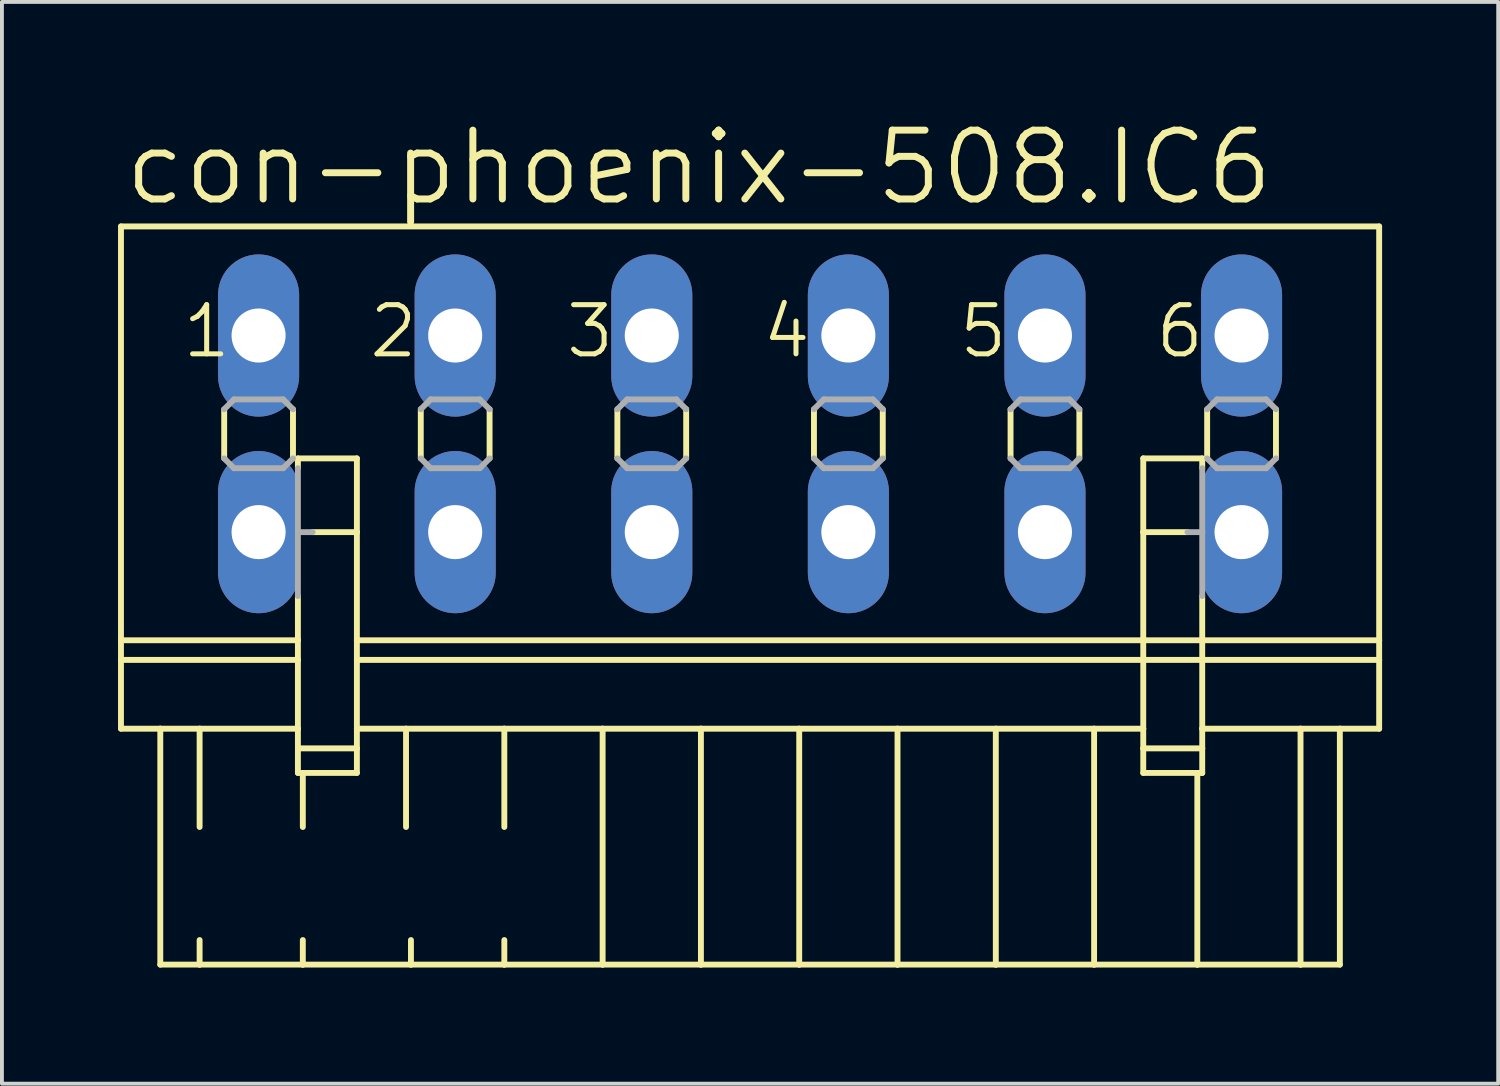
<source format=kicad_pcb>
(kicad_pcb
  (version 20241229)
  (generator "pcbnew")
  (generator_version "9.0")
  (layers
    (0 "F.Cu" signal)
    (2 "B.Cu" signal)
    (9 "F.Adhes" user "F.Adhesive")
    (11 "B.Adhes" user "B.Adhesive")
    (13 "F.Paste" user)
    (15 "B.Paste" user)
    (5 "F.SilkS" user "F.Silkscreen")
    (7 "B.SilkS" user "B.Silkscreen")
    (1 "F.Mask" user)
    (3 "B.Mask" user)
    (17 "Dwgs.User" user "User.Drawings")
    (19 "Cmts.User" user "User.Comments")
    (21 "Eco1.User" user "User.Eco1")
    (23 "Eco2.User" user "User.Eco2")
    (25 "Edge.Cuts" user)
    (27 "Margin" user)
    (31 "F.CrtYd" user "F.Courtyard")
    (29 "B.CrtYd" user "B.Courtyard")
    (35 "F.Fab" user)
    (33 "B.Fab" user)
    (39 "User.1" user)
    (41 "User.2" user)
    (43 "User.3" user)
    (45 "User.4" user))
  (footprint "con-phoenix-508.IC6"
    (layer "F.Cu")
    (at 16.332 8.16)
    (property "Reference" "con-phoenix-508.IC6" (at -16.256 -5.842 0) (layer "F.SilkS") (effects (font (size 1.778 1.778) (thickness 0.18)) (justify left bottom)))
    (attr through_hole)
    (fp_line (start -16.256 -5.359) (end -16.256 5.334) (stroke (width 0.152) (type default)) (layer "F.SilkS"))
    (fp_line (start -16.256 -5.359) (end 16.256 -5.359) (stroke (width 0.152) (type default)) (layer "F.SilkS"))
    (fp_line (start -16.256 5.334) (end -16.256 5.842) (stroke (width 0.152) (type default)) (layer "F.SilkS"))
    (fp_line (start -16.256 5.334) (end -11.684 5.334) (stroke (width 0.152) (type default)) (layer "F.SilkS"))
    (fp_line (start -16.256 5.842) (end -16.256 7.62) (stroke (width 0.152) (type default)) (layer "F.SilkS"))
    (fp_line (start -16.256 5.842) (end -11.684 5.842) (stroke (width 0.152) (type default)) (layer "F.SilkS"))
    (fp_line (start -16.256 7.62) (end -15.24 7.62) (stroke (width 0.152) (type default)) (layer "F.SilkS"))
    (fp_line (start -15.24 7.62) (end -15.24 13.716) (stroke (width 0.152) (type default)) (layer "F.SilkS"))
    (fp_line (start -15.24 7.62) (end -14.224 7.62) (stroke (width 0.152) (type default)) (layer "F.SilkS"))
    (fp_line (start -15.24 13.716) (end -14.224 13.716) (stroke (width 0.152) (type default)) (layer "F.SilkS"))
    (fp_line (start -14.224 7.62) (end -14.224 10.16) (stroke (width 0.152) (type default)) (layer "F.SilkS"))
    (fp_line (start -14.224 7.62) (end -11.684 7.62) (stroke (width 0.152) (type default)) (layer "F.SilkS"))
    (fp_line (start -14.224 13.081) (end -14.224 13.716) (stroke (width 0.152) (type default)) (layer "F.SilkS"))
    (fp_line (start -14.224 13.716) (end -11.557 13.716) (stroke (width 0.152) (type default)) (layer "F.SilkS"))
    (fp_line (start -13.589 -0.635) (end -13.589 0.635) (stroke (width 0.152) (type default)) (layer "F.SilkS"))
    (fp_line (start -11.811 -0.635) (end -11.811 0.635) (stroke (width 0.152) (type default)) (layer "F.SilkS"))
    (fp_line (start -11.684 0.635) (end -11.684 0.889) (stroke (width 0.152) (type default)) (layer "F.SilkS"))
    (fp_line (start -11.684 0.635) (end -10.16 0.635) (stroke (width 0.152) (type default)) (layer "F.SilkS"))
    (fp_line (start -11.684 4.191) (end -11.684 5.334) (stroke (width 0.152) (type default)) (layer "F.SilkS"))
    (fp_line (start -11.684 5.842) (end -11.684 5.334) (stroke (width 0.152) (type default)) (layer "F.SilkS"))
    (fp_line (start -11.684 7.62) (end -11.684 5.842) (stroke (width 0.152) (type default)) (layer "F.SilkS"))
    (fp_line (start -11.684 8.128) (end -11.684 7.62) (stroke (width 0.152) (type default)) (layer "F.SilkS"))
    (fp_line (start -11.684 8.128) (end -10.16 8.128) (stroke (width 0.152) (type default)) (layer "F.SilkS"))
    (fp_line (start -11.684 8.763) (end -11.684 8.128) (stroke (width 0.152) (type default)) (layer "F.SilkS"))
    (fp_line (start -11.557 8.763) (end -11.684 8.763) (stroke (width 0.152) (type default)) (layer "F.SilkS"))
    (fp_line (start -11.557 8.763) (end -11.557 10.16) (stroke (width 0.152) (type default)) (layer "F.SilkS"))
    (fp_line (start -11.557 13.081) (end -11.557 13.716) (stroke (width 0.152) (type default)) (layer "F.SilkS"))
    (fp_line (start -11.557 13.716) (end -8.763 13.716) (stroke (width 0.152) (type default)) (layer "F.SilkS"))
    (fp_line (start -10.16 0.635) (end -10.16 2.54) (stroke (width 0.152) (type default)) (layer "F.SilkS"))
    (fp_line (start -10.16 2.54) (end -11.303 2.54) (stroke (width 0.152) (type default)) (layer "F.SilkS"))
    (fp_line (start -10.16 2.54) (end -10.16 5.334) (stroke (width 0.152) (type default)) (layer "F.SilkS"))
    (fp_line (start -10.16 5.334) (end -10.16 5.842) (stroke (width 0.152) (type default)) (layer "F.SilkS"))
    (fp_line (start -10.16 5.334) (end 10.16 5.334) (stroke (width 0.152) (type default)) (layer "F.SilkS"))
    (fp_line (start -10.16 5.842) (end -10.16 7.62) (stroke (width 0.152) (type default)) (layer "F.SilkS"))
    (fp_line (start -10.16 5.842) (end 10.16 5.842) (stroke (width 0.152) (type default)) (layer "F.SilkS"))
    (fp_line (start -10.16 7.62) (end -10.16 8.128) (stroke (width 0.152) (type default)) (layer "F.SilkS"))
    (fp_line (start -10.16 7.62) (end -8.89 7.62) (stroke (width 0.152) (type default)) (layer "F.SilkS"))
    (fp_line (start -10.16 8.128) (end -10.16 8.763) (stroke (width 0.152) (type default)) (layer "F.SilkS"))
    (fp_line (start -10.16 8.763) (end -11.557 8.763) (stroke (width 0.152) (type default)) (layer "F.SilkS"))
    (fp_line (start -8.89 7.62) (end -8.89 10.16) (stroke (width 0.152) (type default)) (layer "F.SilkS"))
    (fp_line (start -8.89 7.62) (end -6.35 7.62) (stroke (width 0.152) (type default)) (layer "F.SilkS"))
    (fp_line (start -8.763 13.081) (end -8.763 13.716) (stroke (width 0.152) (type default)) (layer "F.SilkS"))
    (fp_line (start -8.763 13.716) (end -6.35 13.716) (stroke (width 0.152) (type default)) (layer "F.SilkS"))
    (fp_line (start -8.509 -0.635) (end -8.509 0.635) (stroke (width 0.152) (type default)) (layer "F.SilkS"))
    (fp_line (start -6.731 -0.635) (end -6.731 0.635) (stroke (width 0.152) (type default)) (layer "F.SilkS"))
    (fp_line (start -6.35 7.62) (end -6.35 10.16) (stroke (width 0.152) (type default)) (layer "F.SilkS"))
    (fp_line (start -6.35 7.62) (end -3.81 7.62) (stroke (width 0.152) (type default)) (layer "F.SilkS"))
    (fp_line (start -6.35 13.081) (end -6.35 13.716) (stroke (width 0.152) (type default)) (layer "F.SilkS"))
    (fp_line (start -6.35 13.716) (end -3.81 13.716) (stroke (width 0.152) (type default)) (layer "F.SilkS"))
    (fp_line (start -3.81 7.62) (end -3.81 13.716) (stroke (width 0.152) (type default)) (layer "F.SilkS"))
    (fp_line (start -3.81 7.62) (end -1.27 7.62) (stroke (width 0.152) (type default)) (layer "F.SilkS"))
    (fp_line (start -3.81 13.716) (end -1.27 13.716) (stroke (width 0.152) (type default)) (layer "F.SilkS"))
    (fp_line (start -3.429 -0.635) (end -3.429 0.635) (stroke (width 0.152) (type default)) (layer "F.SilkS"))
    (fp_line (start -1.651 -0.635) (end -1.651 0.635) (stroke (width 0.152) (type default)) (layer "F.SilkS"))
    (fp_line (start -1.27 7.62) (end -1.27 13.716) (stroke (width 0.152) (type default)) (layer "F.SilkS"))
    (fp_line (start -1.27 7.62) (end 1.27 7.62) (stroke (width 0.152) (type default)) (layer "F.SilkS"))
    (fp_line (start -1.27 13.716) (end 1.27 13.716) (stroke (width 0.152) (type default)) (layer "F.SilkS"))
    (fp_line (start 1.27 7.62) (end 1.27 13.716) (stroke (width 0.152) (type default)) (layer "F.SilkS"))
    (fp_line (start 1.27 7.62) (end 3.81 7.62) (stroke (width 0.152) (type default)) (layer "F.SilkS"))
    (fp_line (start 1.27 13.716) (end 3.81 13.716) (stroke (width 0.152) (type default)) (layer "F.SilkS"))
    (fp_line (start 1.651 -0.635) (end 1.651 0.635) (stroke (width 0.152) (type default)) (layer "F.SilkS"))
    (fp_line (start 3.429 -0.635) (end 3.429 0.635) (stroke (width 0.152) (type default)) (layer "F.SilkS"))
    (fp_line (start 3.81 7.62) (end 3.81 13.716) (stroke (width 0.152) (type default)) (layer "F.SilkS"))
    (fp_line (start 3.81 7.62) (end 6.35 7.62) (stroke (width 0.152) (type default)) (layer "F.SilkS"))
    (fp_line (start 3.81 13.716) (end 6.35 13.716) (stroke (width 0.152) (type default)) (layer "F.SilkS"))
    (fp_line (start 6.35 7.62) (end 6.35 13.716) (stroke (width 0.152) (type default)) (layer "F.SilkS"))
    (fp_line (start 6.35 7.62) (end 8.89 7.62) (stroke (width 0.152) (type default)) (layer "F.SilkS"))
    (fp_line (start 6.35 13.716) (end 8.89 13.716) (stroke (width 0.152) (type default)) (layer "F.SilkS"))
    (fp_line (start 6.731 -0.635) (end 6.731 0.635) (stroke (width 0.152) (type default)) (layer "F.SilkS"))
    (fp_line (start 8.509 -0.635) (end 8.509 0.635) (stroke (width 0.152) (type default)) (layer "F.SilkS"))
    (fp_line (start 8.89 7.62) (end 8.89 13.716) (stroke (width 0.152) (type default)) (layer "F.SilkS"))
    (fp_line (start 8.89 7.62) (end 10.16 7.62) (stroke (width 0.152) (type default)) (layer "F.SilkS"))
    (fp_line (start 8.89 13.716) (end 11.557 13.716) (stroke (width 0.152) (type default)) (layer "F.SilkS"))
    (fp_line (start 10.16 0.635) (end 10.16 2.54) (stroke (width 0.152) (type default)) (layer "F.SilkS"))
    (fp_line (start 10.16 2.54) (end 10.16 5.334) (stroke (width 0.152) (type default)) (layer "F.SilkS"))
    (fp_line (start 10.16 2.54) (end 11.303 2.54) (stroke (width 0.152) (type default)) (layer "F.SilkS"))
    (fp_line (start 10.16 5.334) (end 10.16 5.842) (stroke (width 0.152) (type default)) (layer "F.SilkS"))
    (fp_line (start 10.16 5.334) (end 11.684 5.334) (stroke (width 0.152) (type default)) (layer "F.SilkS"))
    (fp_line (start 10.16 5.842) (end 10.16 7.62) (stroke (width 0.152) (type default)) (layer "F.SilkS"))
    (fp_line (start 10.16 5.842) (end 11.684 5.842) (stroke (width 0.152) (type default)) (layer "F.SilkS"))
    (fp_line (start 10.16 7.62) (end 10.16 8.128) (stroke (width 0.152) (type default)) (layer "F.SilkS"))
    (fp_line (start 10.16 8.128) (end 10.16 8.763) (stroke (width 0.152) (type default)) (layer "F.SilkS"))
    (fp_line (start 10.16 8.128) (end 11.684 8.128) (stroke (width 0.152) (type default)) (layer "F.SilkS"))
    (fp_line (start 11.557 8.763) (end 10.16 8.763) (stroke (width 0.152) (type default)) (layer "F.SilkS"))
    (fp_line (start 11.557 8.763) (end 11.557 13.716) (stroke (width 0.152) (type default)) (layer "F.SilkS"))
    (fp_line (start 11.557 13.716) (end 14.224 13.716) (stroke (width 0.152) (type default)) (layer "F.SilkS"))
    (fp_line (start 11.684 0.635) (end 10.16 0.635) (stroke (width 0.152) (type default)) (layer "F.SilkS"))
    (fp_line (start 11.684 0.889) (end 11.684 0.635) (stroke (width 0.152) (type default)) (layer "F.SilkS"))
    (fp_line (start 11.684 4.191) (end 11.684 5.334) (stroke (width 0.152) (type default)) (layer "F.SilkS"))
    (fp_line (start 11.684 5.334) (end 16.256 5.334) (stroke (width 0.152) (type default)) (layer "F.SilkS"))
    (fp_line (start 11.684 5.842) (end 11.684 5.334) (stroke (width 0.152) (type default)) (layer "F.SilkS"))
    (fp_line (start 11.684 5.842) (end 16.256 5.842) (stroke (width 0.152) (type default)) (layer "F.SilkS"))
    (fp_line (start 11.684 7.62) (end 11.684 5.842) (stroke (width 0.152) (type default)) (layer "F.SilkS"))
    (fp_line (start 11.684 7.62) (end 14.224 7.62) (stroke (width 0.152) (type default)) (layer "F.SilkS"))
    (fp_line (start 11.684 8.128) (end 11.684 7.62) (stroke (width 0.152) (type default)) (layer "F.SilkS"))
    (fp_line (start 11.684 8.763) (end 11.557 8.763) (stroke (width 0.152) (type default)) (layer "F.SilkS"))
    (fp_line (start 11.684 8.763) (end 11.684 8.128) (stroke (width 0.152) (type default)) (layer "F.SilkS"))
    (fp_line (start 11.811 -0.635) (end 11.811 0.635) (stroke (width 0.152) (type default)) (layer "F.SilkS"))
    (fp_line (start 13.589 -0.635) (end 13.589 0.635) (stroke (width 0.152) (type default)) (layer "F.SilkS"))
    (fp_line (start 14.224 7.62) (end 14.224 13.716) (stroke (width 0.152) (type default)) (layer "F.SilkS"))
    (fp_line (start 14.224 7.62) (end 15.24 7.62) (stroke (width 0.152) (type default)) (layer "F.SilkS"))
    (fp_line (start 14.224 13.716) (end 15.24 13.716) (stroke (width 0.152) (type default)) (layer "F.SilkS"))
    (fp_line (start 15.24 7.62) (end 15.24 13.716) (stroke (width 0.152) (type default)) (layer "F.SilkS"))
    (fp_line (start 15.24 7.62) (end 16.256 7.62) (stroke (width 0.152) (type default)) (layer "F.SilkS"))
    (fp_line (start 16.256 -5.359) (end 16.256 5.334) (stroke (width 0.152) (type default)) (layer "F.SilkS"))
    (fp_line (start 16.256 5.334) (end 16.256 5.842) (stroke (width 0.152) (type default)) (layer "F.SilkS"))
    (fp_line (start 16.256 5.842) (end 16.256 7.62) (stroke (width 0.152) (type default)) (layer "F.SilkS"))
    (fp_line (start -13.589 -0.635) (end -13.335 -0.889) (stroke (width 0.152) (type default)) (layer "F.Fab"))
    (fp_line (start -13.335 -0.889) (end -12.065 -0.889) (stroke (width 0.152) (type default)) (layer "F.Fab"))
    (fp_line (start -13.335 0.889) (end -13.589 0.635) (stroke (width 0.152) (type default)) (layer "F.Fab"))
    (fp_line (start -12.065 -0.889) (end -11.811 -0.635) (stroke (width 0.152) (type default)) (layer "F.Fab"))
    (fp_line (start -12.065 0.889) (end -13.335 0.889) (stroke (width 0.152) (type default)) (layer "F.Fab"))
    (fp_line (start -11.811 0.635) (end -12.065 0.889) (stroke (width 0.152) (type default)) (layer "F.Fab"))
    (fp_line (start -11.684 2.54) (end -11.684 0.889) (stroke (width 0.152) (type default)) (layer "F.Fab"))
    (fp_line (start -11.684 2.54) (end -11.303 2.54) (stroke (width 0.152) (type default)) (layer "F.Fab"))
    (fp_line (start -11.684 4.191) (end -11.684 2.54) (stroke (width 0.152) (type default)) (layer "F.Fab"))
    (fp_line (start -8.509 -0.635) (end -8.255 -0.889) (stroke (width 0.152) (type default)) (layer "F.Fab"))
    (fp_line (start -8.255 -0.889) (end -6.985 -0.889) (stroke (width 0.152) (type default)) (layer "F.Fab"))
    (fp_line (start -8.255 0.889) (end -8.509 0.635) (stroke (width 0.152) (type default)) (layer "F.Fab"))
    (fp_line (start -6.985 -0.889) (end -6.731 -0.635) (stroke (width 0.152) (type default)) (layer "F.Fab"))
    (fp_line (start -6.985 0.889) (end -8.255 0.889) (stroke (width 0.152) (type default)) (layer "F.Fab"))
    (fp_line (start -6.731 0.635) (end -6.985 0.889) (stroke (width 0.152) (type default)) (layer "F.Fab"))
    (fp_line (start -3.429 -0.635) (end -3.175 -0.889) (stroke (width 0.152) (type default)) (layer "F.Fab"))
    (fp_line (start -3.175 -0.889) (end -1.905 -0.889) (stroke (width 0.152) (type default)) (layer "F.Fab"))
    (fp_line (start -3.175 0.889) (end -3.429 0.635) (stroke (width 0.152) (type default)) (layer "F.Fab"))
    (fp_line (start -1.905 -0.889) (end -1.651 -0.635) (stroke (width 0.152) (type default)) (layer "F.Fab"))
    (fp_line (start -1.905 0.889) (end -3.175 0.889) (stroke (width 0.152) (type default)) (layer "F.Fab"))
    (fp_line (start -1.651 0.635) (end -1.905 0.889) (stroke (width 0.152) (type default)) (layer "F.Fab"))
    (fp_line (start 1.651 -0.635) (end 1.905 -0.889) (stroke (width 0.152) (type default)) (layer "F.Fab"))
    (fp_line (start 1.905 -0.889) (end 3.175 -0.889) (stroke (width 0.152) (type default)) (layer "F.Fab"))
    (fp_line (start 1.905 0.889) (end 1.651 0.635) (stroke (width 0.152) (type default)) (layer "F.Fab"))
    (fp_line (start 3.175 -0.889) (end 3.429 -0.635) (stroke (width 0.152) (type default)) (layer "F.Fab"))
    (fp_line (start 3.175 0.889) (end 1.905 0.889) (stroke (width 0.152) (type default)) (layer "F.Fab"))
    (fp_line (start 3.429 0.635) (end 3.175 0.889) (stroke (width 0.152) (type default)) (layer "F.Fab"))
    (fp_line (start 6.731 -0.635) (end 6.985 -0.889) (stroke (width 0.152) (type default)) (layer "F.Fab"))
    (fp_line (start 6.985 -0.889) (end 8.255 -0.889) (stroke (width 0.152) (type default)) (layer "F.Fab"))
    (fp_line (start 6.985 0.889) (end 6.731 0.635) (stroke (width 0.152) (type default)) (layer "F.Fab"))
    (fp_line (start 8.255 -0.889) (end 8.509 -0.635) (stroke (width 0.152) (type default)) (layer "F.Fab"))
    (fp_line (start 8.255 0.889) (end 6.985 0.889) (stroke (width 0.152) (type default)) (layer "F.Fab"))
    (fp_line (start 8.509 0.635) (end 8.255 0.889) (stroke (width 0.152) (type default)) (layer "F.Fab"))
    (fp_line (start 11.303 2.54) (end 11.684 2.54) (stroke (width 0.152) (type default)) (layer "F.Fab"))
    (fp_line (start 11.684 2.54) (end 11.684 0.889) (stroke (width 0.152) (type default)) (layer "F.Fab"))
    (fp_line (start 11.684 4.191) (end 11.684 2.54) (stroke (width 0.152) (type default)) (layer "F.Fab"))
    (fp_line (start 11.811 -0.635) (end 12.065 -0.889) (stroke (width 0.152) (type default)) (layer "F.Fab"))
    (fp_line (start 12.065 -0.889) (end 13.335 -0.889) (stroke (width 0.152) (type default)) (layer "F.Fab"))
    (fp_line (start 12.065 0.889) (end 11.811 0.635) (stroke (width 0.152) (type default)) (layer "F.Fab"))
    (fp_line (start 13.335 -0.889) (end 13.589 -0.635) (stroke (width 0.152) (type default)) (layer "F.Fab"))
    (fp_line (start 13.335 0.889) (end 12.065 0.889) (stroke (width 0.152) (type default)) (layer "F.Fab"))
    (fp_line (start 13.589 0.635) (end 13.335 0.889) (stroke (width 0.152) (type default)) (layer "F.Fab"))
    (fp_text user "6" (at 10.414 -1.905 0) (layer "F.SilkS") (effects (font (size 1.27 1.27) (thickness 0.13)) (justify left bottom)))
    (fp_text user "5" (at 5.334 -1.905 0) (layer "F.SilkS") (effects (font (size 1.27 1.27) (thickness 0.13)) (justify left bottom)))
    (fp_text user "2" (at -9.906 -1.905 0) (layer "F.SilkS") (effects (font (size 1.27 1.27) (thickness 0.13)) (justify left bottom)))
    (fp_text user "4" (at 0.254 -1.905 0) (layer "F.SilkS") (effects (font (size 1.27 1.27) (thickness 0.13)) (justify left bottom)))
    (fp_text user "3" (at -4.826 -1.905 0) (layer "F.SilkS") (effects (font (size 1.27 1.27) (thickness 0.13)) (justify left bottom)))
    (fp_text user "1" (at -14.732 -1.905 0) (layer "F.SilkS") (effects (font (size 1.27 1.27) (thickness 0.13)) (justify left bottom)))
    (pad "1" thru_hole oval (at -12.7 -2.54 90) (size 4.191 2.095) (drill 1.397) (layers "*.Cu" "*.Mask"))
    (pad "1A" thru_hole oval (at -12.7 2.54 90) (size 4.191 2.095) (drill 1.397) (layers "*.Cu" "*.Mask"))
    (pad "2" thru_hole oval (at -7.62 -2.54 90) (size 4.191 2.095) (drill 1.397) (layers "*.Cu" "*.Mask"))
    (pad "2A" thru_hole oval (at -7.62 2.54 90) (size 4.191 2.095) (drill 1.397) (layers "*.Cu" "*.Mask"))
    (pad "3" thru_hole oval (at -2.54 -2.54 90) (size 4.191 2.095) (drill 1.397) (layers "*.Cu" "*.Mask"))
    (pad "3A" thru_hole oval (at -2.54 2.54 90) (size 4.191 2.095) (drill 1.397) (layers "*.Cu" "*.Mask"))
    (pad "4" thru_hole oval (at 2.54 -2.54 90) (size 4.191 2.095) (drill 1.397) (layers "*.Cu" "*.Mask"))
    (pad "4A" thru_hole oval (at 2.54 2.54 90) (size 4.191 2.095) (drill 1.397) (layers "*.Cu" "*.Mask"))
    (pad "5" thru_hole oval (at 7.62 -2.54 90) (size 4.191 2.095) (drill 1.397) (layers "*.Cu" "*.Mask"))
    (pad "5A" thru_hole oval (at 7.62 2.54 90) (size 4.191 2.095) (drill 1.397) (layers "*.Cu" "*.Mask"))
    (pad "6" thru_hole oval (at 12.7 -2.54 90) (size 4.191 2.095) (drill 1.397) (layers "*.Cu" "*.Mask"))
    (pad "6A" thru_hole oval (at 12.7 2.54 90) (size 4.191 2.095) (drill 1.397) (layers "*.Cu" "*.Mask")))
  (gr_rect
    (start -3 -3)
    (end 35.664 24.952)
    (stroke (width 0.1) (type default))
    (fill no)
    (layer "Edge.Cuts")))
</source>
